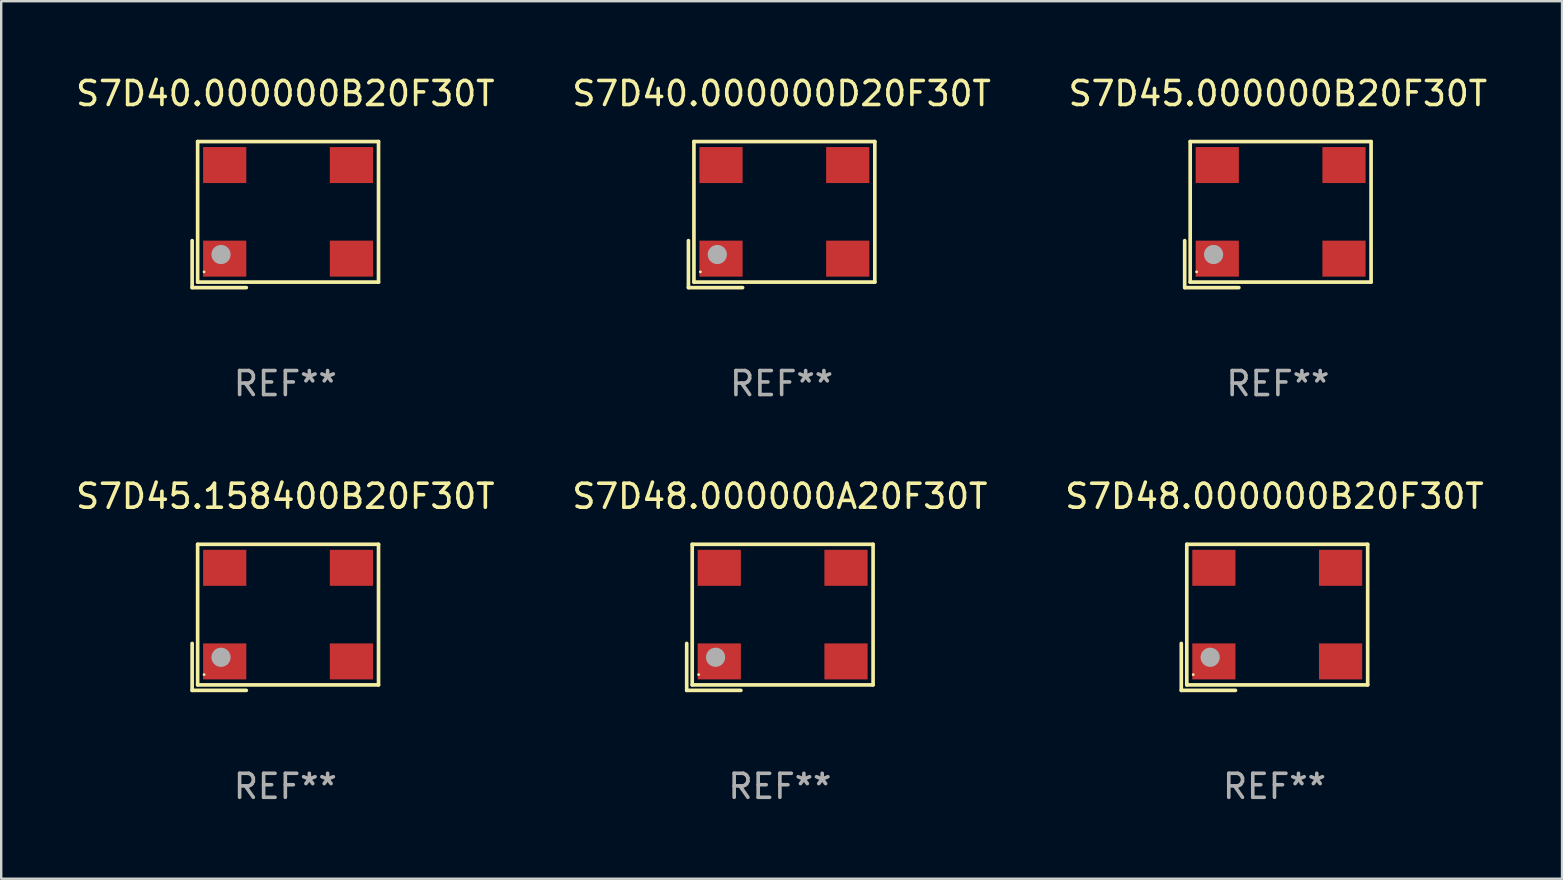
<source format=kicad_pcb>
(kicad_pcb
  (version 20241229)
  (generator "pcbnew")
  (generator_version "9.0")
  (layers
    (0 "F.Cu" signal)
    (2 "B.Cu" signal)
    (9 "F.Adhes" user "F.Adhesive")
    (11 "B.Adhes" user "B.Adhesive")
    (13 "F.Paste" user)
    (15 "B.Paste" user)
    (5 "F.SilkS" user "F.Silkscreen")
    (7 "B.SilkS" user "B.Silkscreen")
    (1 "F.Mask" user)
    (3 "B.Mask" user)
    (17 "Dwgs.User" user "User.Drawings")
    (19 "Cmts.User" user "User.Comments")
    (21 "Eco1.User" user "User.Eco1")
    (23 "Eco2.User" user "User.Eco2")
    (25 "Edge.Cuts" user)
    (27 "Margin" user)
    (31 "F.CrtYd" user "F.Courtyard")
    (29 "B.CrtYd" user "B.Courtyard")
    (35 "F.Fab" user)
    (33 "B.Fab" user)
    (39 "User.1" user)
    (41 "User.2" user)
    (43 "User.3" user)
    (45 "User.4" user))
  (footprint "S7D48.000000B20F30T"
    (layer "F.Cu")
    (at 50.054 22.673)
    (property "Reference" "S7D48.000000B20F30T" (at 0 -5.043 0) (layer "F.SilkS") (effects (font (size 1 1) (thickness 0.15))))
    (attr through_hole)
    (fp_line (start -3.883 1.086) (end -3.883 3.043) (stroke (width 0.152) (type solid)) (layer "F.SilkS"))
    (fp_line (start -3.883 3.043) (end -1.626 3.043) (stroke (width 0.152) (type solid)) (layer "F.SilkS"))
    (fp_line (start -3.654 -3.043) (end 3.883 -3.043) (stroke (width 0.152) (type solid)) (layer "F.SilkS"))
    (fp_line (start -3.654 2.814) (end -3.654 -3.043) (stroke (width 0.152) (type solid)) (layer "F.SilkS"))
    (fp_line (start 3.883 -3.043) (end 3.883 2.814) (stroke (width 0.152) (type solid)) (layer "F.SilkS"))
    (fp_line (start 3.883 2.814) (end -3.654 2.814) (stroke (width 0.152) (type solid)) (layer "F.SilkS"))
    (fp_circle (center -3.386 2.386) (end -3.356 2.386) (stroke (width 0.06) (type solid)) (fill no) (layer "F.SilkS"))
    (fp_circle (center -2.68 1.664) (end -2.48 1.664) (stroke (width 0.4) (type solid)) (fill no) (layer "F.Fab"))
    (fp_text user "REF**" (at 0 7.043 0) (layer "F.Fab") (effects (font (size 1 1) (thickness 0.15))))
    (pad "1" smd rect (at -2.526 1.836) (size 1.8 1.5) (layers "F.Cu" "F.Mask" "F.Paste"))
    (pad "2" smd rect (at 2.754 1.836) (size 1.8 1.5) (layers "F.Cu" "F.Mask" "F.Paste"))
    (pad "3" smd rect (at 2.754 -2.064) (size 1.8 1.5) (layers "F.Cu" "F.Mask" "F.Paste"))
    (pad "4" smd rect (at -2.526 -2.064) (size 1.8 1.5) (layers "F.Cu" "F.Mask" "F.Paste")))
  (footprint "S7D48.000000A20F30T"
    (layer "F.Cu")
    (at 29.446 22.673)
    (property "Reference" "S7D48.000000A20F30T" (at 0 -5.043 0) (layer "F.SilkS") (effects (font (size 1 1) (thickness 0.15))))
    (attr through_hole)
    (fp_line (start -3.883 1.086) (end -3.883 3.043) (stroke (width 0.152) (type solid)) (layer "F.SilkS"))
    (fp_line (start -3.883 3.043) (end -1.626 3.043) (stroke (width 0.152) (type solid)) (layer "F.SilkS"))
    (fp_line (start -3.654 -3.043) (end 3.883 -3.043) (stroke (width 0.152) (type solid)) (layer "F.SilkS"))
    (fp_line (start -3.654 2.814) (end -3.654 -3.043) (stroke (width 0.152) (type solid)) (layer "F.SilkS"))
    (fp_line (start 3.883 -3.043) (end 3.883 2.814) (stroke (width 0.152) (type solid)) (layer "F.SilkS"))
    (fp_line (start 3.883 2.814) (end -3.654 2.814) (stroke (width 0.152) (type solid)) (layer "F.SilkS"))
    (fp_circle (center -3.386 2.386) (end -3.356 2.386) (stroke (width 0.06) (type solid)) (fill no) (layer "F.SilkS"))
    (fp_circle (center -2.68 1.664) (end -2.48 1.664) (stroke (width 0.4) (type solid)) (fill no) (layer "F.Fab"))
    (fp_text user "REF**" (at 0 7.043 0) (layer "F.Fab") (effects (font (size 1 1) (thickness 0.15))))
    (pad "1" smd rect (at -2.526 1.836) (size 1.8 1.5) (layers "F.Cu" "F.Mask" "F.Paste"))
    (pad "2" smd rect (at 2.754 1.836) (size 1.8 1.5) (layers "F.Cu" "F.Mask" "F.Paste"))
    (pad "3" smd rect (at 2.754 -2.064) (size 1.8 1.5) (layers "F.Cu" "F.Mask" "F.Paste"))
    (pad "4" smd rect (at -2.526 -2.064) (size 1.8 1.5) (layers "F.Cu" "F.Mask" "F.Paste")))
  (footprint "S7D40.000000D20F30T"
    (layer "F.Cu")
    (at 29.518 5.891)
    (property "Reference" "S7D40.000000D20F30T" (at 0 -5.043 0) (layer "F.SilkS") (effects (font (size 1 1) (thickness 0.15))))
    (attr through_hole)
    (fp_line (start -3.883 1.086) (end -3.883 3.043) (stroke (width 0.152) (type solid)) (layer "F.SilkS"))
    (fp_line (start -3.883 3.043) (end -1.626 3.043) (stroke (width 0.152) (type solid)) (layer "F.SilkS"))
    (fp_line (start -3.654 -3.043) (end 3.883 -3.043) (stroke (width 0.152) (type solid)) (layer "F.SilkS"))
    (fp_line (start -3.654 2.814) (end -3.654 -3.043) (stroke (width 0.152) (type solid)) (layer "F.SilkS"))
    (fp_line (start 3.883 -3.043) (end 3.883 2.814) (stroke (width 0.152) (type solid)) (layer "F.SilkS"))
    (fp_line (start 3.883 2.814) (end -3.654 2.814) (stroke (width 0.152) (type solid)) (layer "F.SilkS"))
    (fp_circle (center -3.386 2.386) (end -3.356 2.386) (stroke (width 0.06) (type solid)) (fill no) (layer "F.SilkS"))
    (fp_circle (center -2.68 1.664) (end -2.48 1.664) (stroke (width 0.4) (type solid)) (fill no) (layer "F.Fab"))
    (fp_text user "REF**" (at 0 7.043 0) (layer "F.Fab") (effects (font (size 1 1) (thickness 0.15))))
    (pad "1" smd rect (at -2.526 1.836) (size 1.8 1.5) (layers "F.Cu" "F.Mask" "F.Paste"))
    (pad "2" smd rect (at 2.754 1.836) (size 1.8 1.5) (layers "F.Cu" "F.Mask" "F.Paste"))
    (pad "3" smd rect (at 2.754 -2.064) (size 1.8 1.5) (layers "F.Cu" "F.Mask" "F.Paste"))
    (pad "4" smd rect (at -2.526 -2.064) (size 1.8 1.5) (layers "F.Cu" "F.Mask" "F.Paste")))
  (footprint "S7D40.000000B20F30T"
    (layer "F.Cu")
    (at 8.839 5.891)
    (property "Reference" "S7D40.000000B20F30T" (at 0 -5.043 0) (layer "F.SilkS") (effects (font (size 1 1) (thickness 0.15))))
    (attr through_hole)
    (fp_line (start -3.883 1.086) (end -3.883 3.043) (stroke (width 0.152) (type solid)) (layer "F.SilkS"))
    (fp_line (start -3.883 3.043) (end -1.626 3.043) (stroke (width 0.152) (type solid)) (layer "F.SilkS"))
    (fp_line (start -3.654 -3.043) (end 3.883 -3.043) (stroke (width 0.152) (type solid)) (layer "F.SilkS"))
    (fp_line (start -3.654 2.814) (end -3.654 -3.043) (stroke (width 0.152) (type solid)) (layer "F.SilkS"))
    (fp_line (start 3.883 -3.043) (end 3.883 2.814) (stroke (width 0.152) (type solid)) (layer "F.SilkS"))
    (fp_line (start 3.883 2.814) (end -3.654 2.814) (stroke (width 0.152) (type solid)) (layer "F.SilkS"))
    (fp_circle (center -3.386 2.386) (end -3.356 2.386) (stroke (width 0.06) (type solid)) (fill no) (layer "F.SilkS"))
    (fp_circle (center -2.68 1.664) (end -2.48 1.664) (stroke (width 0.4) (type solid)) (fill no) (layer "F.Fab"))
    (fp_text user "REF**" (at 0 7.043 0) (layer "F.Fab") (effects (font (size 1 1) (thickness 0.15))))
    (pad "1" smd rect (at -2.526 1.836) (size 1.8 1.5) (layers "F.Cu" "F.Mask" "F.Paste"))
    (pad "2" smd rect (at 2.754 1.836) (size 1.8 1.5) (layers "F.Cu" "F.Mask" "F.Paste"))
    (pad "3" smd rect (at 2.754 -2.064) (size 1.8 1.5) (layers "F.Cu" "F.Mask" "F.Paste"))
    (pad "4" smd rect (at -2.526 -2.064) (size 1.8 1.5) (layers "F.Cu" "F.Mask" "F.Paste")))
  (footprint "S7D45.000000B20F30T"
    (layer "F.Cu")
    (at 50.196 5.891)
    (property "Reference" "S7D45.000000B20F30T" (at 0 -5.043 0) (layer "F.SilkS") (effects (font (size 1 1) (thickness 0.15))))
    (attr through_hole)
    (fp_line (start -3.883 1.086) (end -3.883 3.043) (stroke (width 0.152) (type solid)) (layer "F.SilkS"))
    (fp_line (start -3.883 3.043) (end -1.626 3.043) (stroke (width 0.152) (type solid)) (layer "F.SilkS"))
    (fp_line (start -3.654 -3.043) (end 3.883 -3.043) (stroke (width 0.152) (type solid)) (layer "F.SilkS"))
    (fp_line (start -3.654 2.814) (end -3.654 -3.043) (stroke (width 0.152) (type solid)) (layer "F.SilkS"))
    (fp_line (start 3.883 -3.043) (end 3.883 2.814) (stroke (width 0.152) (type solid)) (layer "F.SilkS"))
    (fp_line (start 3.883 2.814) (end -3.654 2.814) (stroke (width 0.152) (type solid)) (layer "F.SilkS"))
    (fp_circle (center -3.386 2.386) (end -3.356 2.386) (stroke (width 0.06) (type solid)) (fill no) (layer "F.SilkS"))
    (fp_circle (center -2.68 1.664) (end -2.48 1.664) (stroke (width 0.4) (type solid)) (fill no) (layer "F.Fab"))
    (fp_text user "REF**" (at 0 7.043 0) (layer "F.Fab") (effects (font (size 1 1) (thickness 0.15))))
    (pad "1" smd rect (at -2.526 1.836) (size 1.8 1.5) (layers "F.Cu" "F.Mask" "F.Paste"))
    (pad "2" smd rect (at 2.754 1.836) (size 1.8 1.5) (layers "F.Cu" "F.Mask" "F.Paste"))
    (pad "3" smd rect (at 2.754 -2.064) (size 1.8 1.5) (layers "F.Cu" "F.Mask" "F.Paste"))
    (pad "4" smd rect (at -2.526 -2.064) (size 1.8 1.5) (layers "F.Cu" "F.Mask" "F.Paste")))
  (footprint "S7D45.158400B20F30T"
    (layer "F.Cu")
    (at 8.839 22.673)
    (property "Reference" "S7D45.158400B20F30T" (at 0 -5.043 0) (layer "F.SilkS") (effects (font (size 1 1) (thickness 0.15))))
    (attr through_hole)
    (fp_line (start -3.883 1.086) (end -3.883 3.043) (stroke (width 0.152) (type solid)) (layer "F.SilkS"))
    (fp_line (start -3.883 3.043) (end -1.626 3.043) (stroke (width 0.152) (type solid)) (layer "F.SilkS"))
    (fp_line (start -3.654 -3.043) (end 3.883 -3.043) (stroke (width 0.152) (type solid)) (layer "F.SilkS"))
    (fp_line (start -3.654 2.814) (end -3.654 -3.043) (stroke (width 0.152) (type solid)) (layer "F.SilkS"))
    (fp_line (start 3.883 -3.043) (end 3.883 2.814) (stroke (width 0.152) (type solid)) (layer "F.SilkS"))
    (fp_line (start 3.883 2.814) (end -3.654 2.814) (stroke (width 0.152) (type solid)) (layer "F.SilkS"))
    (fp_circle (center -3.386 2.386) (end -3.356 2.386) (stroke (width 0.06) (type solid)) (fill no) (layer "F.SilkS"))
    (fp_circle (center -2.68 1.664) (end -2.48 1.664) (stroke (width 0.4) (type solid)) (fill no) (layer "F.Fab"))
    (fp_text user "REF**" (at 0 7.043 0) (layer "F.Fab") (effects (font (size 1 1) (thickness 0.15))))
    (pad "1" smd rect (at -2.526 1.836) (size 1.8 1.5) (layers "F.Cu" "F.Mask" "F.Paste"))
    (pad "2" smd rect (at 2.754 1.836) (size 1.8 1.5) (layers "F.Cu" "F.Mask" "F.Paste"))
    (pad "3" smd rect (at 2.754 -2.064) (size 1.8 1.5) (layers "F.Cu" "F.Mask" "F.Paste"))
    (pad "4" smd rect (at -2.526 -2.064) (size 1.8 1.5) (layers "F.Cu" "F.Mask" "F.Paste")))
  (gr_rect
    (start -3 -3)
    (end 62.036 33.565)
    (stroke (width 0.1) (type default))
    (fill no)
    (layer "Edge.Cuts")))
</source>
